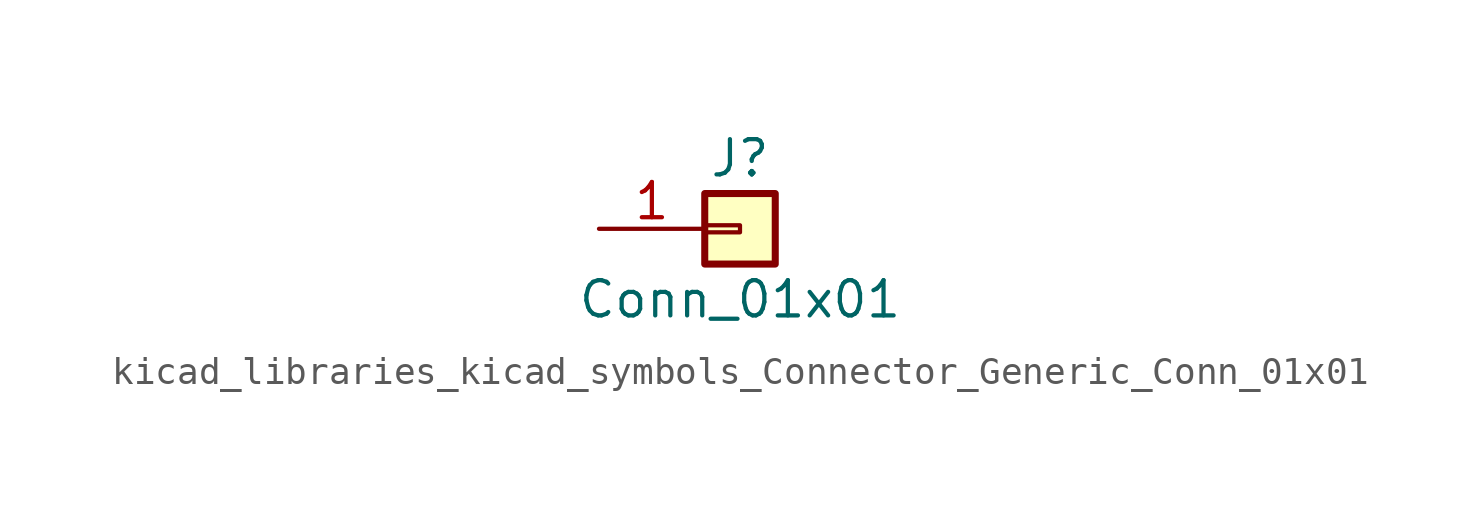
<source format=kicad_sym>
(kicad_symbol_lib
  (version 20220914)
  (generator kicad_symbol_editor)
  (symbol "kicad_libraries_kicad_symbols_Connector_Generic_Conn_01x01"
    (pin_names
      (offset 1.016) hide)
    (property "Reference" "J"
      (at 0 2.54 0)
      (effects (font (size 1.27 1.27))))
    (property "Value" "Conn_01x01"
      (at 0 -2.54 0)
      (effects (font (size 1.27 1.27))))
    (symbol "kicad_libraries_kicad_symbols_Connector_Generic_Conn_01x01_1_1"
      (rectangle (start -1.27 0.127) (end 0 -0.127) (stroke (width 0.152) (type default)) (fill (type none)))
      (rectangle (start -1.27 1.27) (end 1.27 -1.27) (stroke (width 0.254) (type default)) (fill (type background)))
      (pin passive line (at -5.08 0 0) (length 3.81) (name "Pin_1" (effects (font (size 1.27 1.27)))) (number "1" (effects (font (size 1.27 1.27))))))))
</source>
